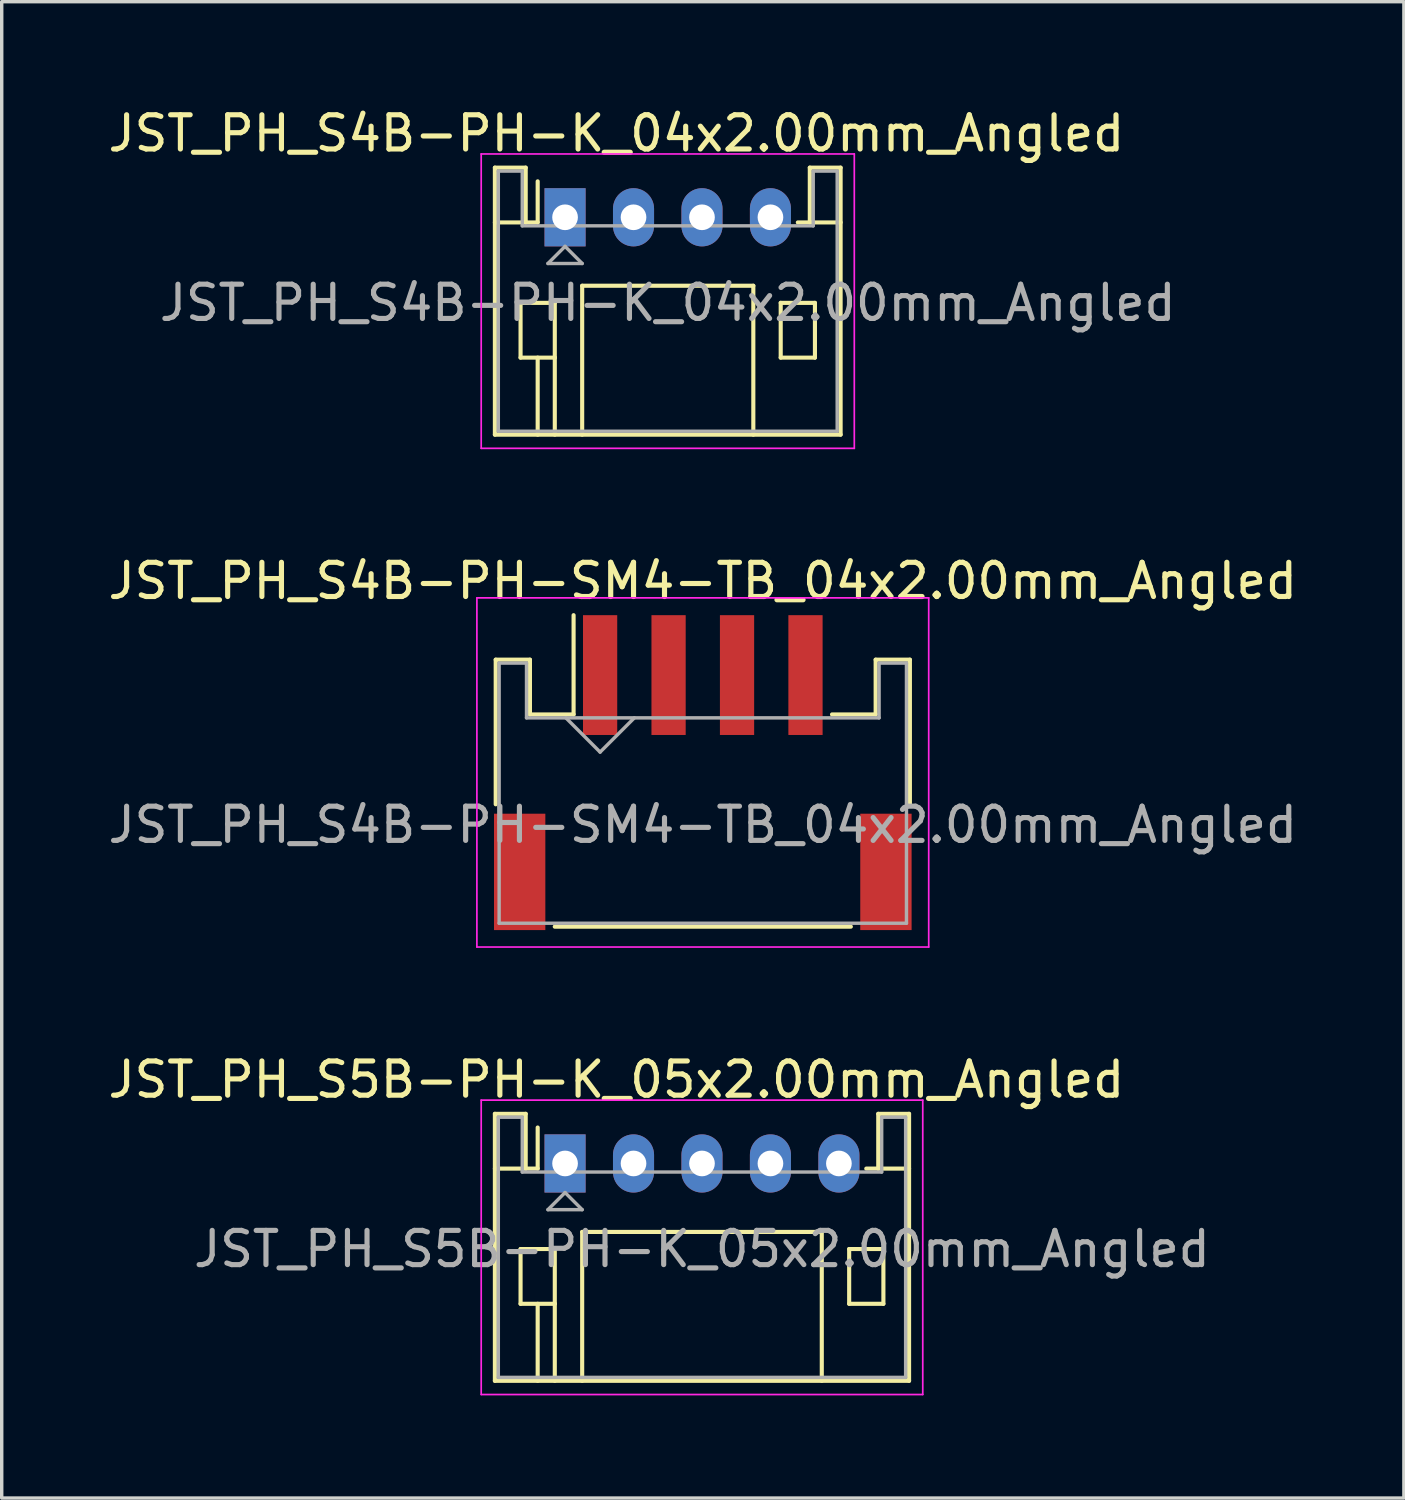
<source format=kicad_pcb>
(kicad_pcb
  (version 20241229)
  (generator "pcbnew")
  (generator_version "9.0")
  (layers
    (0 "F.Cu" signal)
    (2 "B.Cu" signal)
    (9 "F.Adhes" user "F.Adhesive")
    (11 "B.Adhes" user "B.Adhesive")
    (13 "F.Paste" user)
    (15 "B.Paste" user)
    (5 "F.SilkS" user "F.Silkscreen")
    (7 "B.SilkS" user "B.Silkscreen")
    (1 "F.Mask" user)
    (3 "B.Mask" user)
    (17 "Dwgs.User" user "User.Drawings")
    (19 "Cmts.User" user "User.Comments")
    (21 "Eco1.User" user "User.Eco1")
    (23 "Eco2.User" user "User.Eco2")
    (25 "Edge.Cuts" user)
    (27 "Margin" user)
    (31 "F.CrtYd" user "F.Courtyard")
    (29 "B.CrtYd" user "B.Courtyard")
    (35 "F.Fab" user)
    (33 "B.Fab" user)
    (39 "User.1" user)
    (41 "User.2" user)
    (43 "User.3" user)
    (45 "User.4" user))
  (footprint "JST_PH_S4B-PH-K_04x2.00mm_Angled"
    (layer "F.Cu")
    (at 13.458 3.298)
    (property "Reference" "JST_PH_S4B-PH-K_04x2.00mm_Angled" (at 1.5 -2.45 0) (layer "F.SilkS") (effects (font (size 1 1) (thickness 0.15))))
    (attr through_hole)
    (fp_line (start -2.05 -1.45) (end -2.05 6.35) (stroke (width 0.12) (type solid)) (layer "F.SilkS"))
    (fp_line (start -2.05 0.15) (end -1.15 0.15) (stroke (width 0.12) (type solid)) (layer "F.SilkS"))
    (fp_line (start -2.05 6.35) (end 8.05 6.35) (stroke (width 0.12) (type solid)) (layer "F.SilkS"))
    (fp_line (start -1.3 2.5) (end -1.3 4.1) (stroke (width 0.12) (type solid)) (layer "F.SilkS"))
    (fp_line (start -1.3 4.1) (end -0.3 4.1) (stroke (width 0.12) (type solid)) (layer "F.SilkS"))
    (fp_line (start -1.15 -1.45) (end -2.05 -1.45) (stroke (width 0.12) (type solid)) (layer "F.SilkS"))
    (fp_line (start -1.15 0.15) (end -1.15 -1.45) (stroke (width 0.12) (type solid)) (layer "F.SilkS"))
    (fp_line (start -0.8 0.15) (end -1.15 0.15) (stroke (width 0.12) (type solid)) (layer "F.SilkS"))
    (fp_line (start -0.8 0.15) (end -0.8 -1.05) (stroke (width 0.12) (type solid)) (layer "F.SilkS"))
    (fp_line (start -0.8 4.1) (end -0.8 6.35) (stroke (width 0.12) (type solid)) (layer "F.SilkS"))
    (fp_line (start -0.3 2.5) (end -1.3 2.5) (stroke (width 0.12) (type solid)) (layer "F.SilkS"))
    (fp_line (start -0.3 4.1) (end -0.3 2.5) (stroke (width 0.12) (type solid)) (layer "F.SilkS"))
    (fp_line (start -0.3 4.1) (end -0.3 6.35) (stroke (width 0.12) (type solid)) (layer "F.SilkS"))
    (fp_line (start 0.5 2) (end 5.5 2) (stroke (width 0.12) (type solid)) (layer "F.SilkS"))
    (fp_line (start 0.5 6.35) (end 0.5 2) (stroke (width 0.12) (type solid)) (layer "F.SilkS"))
    (fp_line (start 5.5 2) (end 5.5 6.35) (stroke (width 0.12) (type solid)) (layer "F.SilkS"))
    (fp_line (start 6.3 2.5) (end 7.3 2.5) (stroke (width 0.12) (type solid)) (layer "F.SilkS"))
    (fp_line (start 6.3 4.1) (end 6.3 2.5) (stroke (width 0.12) (type solid)) (layer "F.SilkS"))
    (fp_line (start 7.15 -1.45) (end 7.15 0.15) (stroke (width 0.12) (type solid)) (layer "F.SilkS"))
    (fp_line (start 7.15 0.15) (end 6.8 0.15) (stroke (width 0.12) (type solid)) (layer "F.SilkS"))
    (fp_line (start 7.3 2.5) (end 7.3 4.1) (stroke (width 0.12) (type solid)) (layer "F.SilkS"))
    (fp_line (start 7.3 4.1) (end 6.3 4.1) (stroke (width 0.12) (type solid)) (layer "F.SilkS"))
    (fp_line (start 8.05 -1.45) (end 7.15 -1.45) (stroke (width 0.12) (type solid)) (layer "F.SilkS"))
    (fp_line (start 8.05 0.15) (end 7.15 0.15) (stroke (width 0.12) (type solid)) (layer "F.SilkS"))
    (fp_line (start 8.05 6.35) (end 8.05 -1.45) (stroke (width 0.12) (type solid)) (layer "F.SilkS"))
    (fp_line (start -2.45 -1.85) (end -2.45 6.75) (stroke (width 0.05) (type solid)) (layer "F.CrtYd"))
    (fp_line (start -2.45 6.75) (end 8.45 6.75) (stroke (width 0.05) (type solid)) (layer "F.CrtYd"))
    (fp_line (start 8.45 -1.85) (end -2.45 -1.85) (stroke (width 0.05) (type solid)) (layer "F.CrtYd"))
    (fp_line (start 8.45 6.75) (end 8.45 -1.85) (stroke (width 0.05) (type solid)) (layer "F.CrtYd"))
    (fp_line (start -1.95 -1.35) (end -1.95 6.25) (stroke (width 0.1) (type solid)) (layer "F.Fab"))
    (fp_line (start -1.95 6.25) (end 7.95 6.25) (stroke (width 0.1) (type solid)) (layer "F.Fab"))
    (fp_line (start -1.25 -1.35) (end -1.95 -1.35) (stroke (width 0.1) (type solid)) (layer "F.Fab"))
    (fp_line (start -1.25 0.25) (end -1.25 -1.35) (stroke (width 0.1) (type solid)) (layer "F.Fab"))
    (fp_line (start -0.5 1.35) (end 0.5 1.35) (stroke (width 0.1) (type solid)) (layer "F.Fab"))
    (fp_line (start 0 0.85) (end -0.5 1.35) (stroke (width 0.1) (type solid)) (layer "F.Fab"))
    (fp_line (start 0.5 1.35) (end 0 0.85) (stroke (width 0.1) (type solid)) (layer "F.Fab"))
    (fp_line (start 7.25 -1.35) (end 7.25 0.25) (stroke (width 0.1) (type solid)) (layer "F.Fab"))
    (fp_line (start 7.25 0.25) (end -1.25 0.25) (stroke (width 0.1) (type solid)) (layer "F.Fab"))
    (fp_line (start 7.95 -1.35) (end 7.25 -1.35) (stroke (width 0.1) (type solid)) (layer "F.Fab"))
    (fp_line (start 7.95 6.25) (end 7.95 -1.35) (stroke (width 0.1) (type solid)) (layer "F.Fab"))
    (fp_text user "${REFERENCE}" (at 3 2.5 0) (layer "F.Fab") (effects (font (size 1 1) (thickness 0.15))))
    (pad "1" thru_hole rect (at 0 0) (size 1.2 1.7) (drill 0.75) (layers "*.Cu" "*.Mask"))
    (pad "2" thru_hole oval (at 2 0) (size 1.2 1.7) (drill 0.75) (layers "*.Cu" "*.Mask"))
    (pad "3" thru_hole oval (at 4 0) (size 1.2 1.7) (drill 0.75) (layers "*.Cu" "*.Mask"))
    (pad "4" thru_hole oval (at 6 0) (size 1.2 1.7) (drill 0.75) (layers "*.Cu" "*.Mask")))
  (footprint "JST_PH_S4B-PH-SM4-TB_04x2.00mm_Angled"
    (layer "F.Cu")
    (at 17.482 19.547)
    (property "Reference" "JST_PH_S4B-PH-SM4-TB_04x2.00mm_Angled" (at 0 -5.625 0) (layer "F.SilkS") (effects (font (size 1 1) (thickness 0.15))))
    (attr smd)
    (fp_line (start -6.05 -3.325) (end -6.05 0.9) (stroke (width 0.12) (type solid)) (layer "F.SilkS"))
    (fp_line (start -5.05 -3.325) (end -6.05 -3.325) (stroke (width 0.12) (type solid)) (layer "F.SilkS"))
    (fp_line (start -5.05 -1.725) (end -5.05 -3.325) (stroke (width 0.12) (type solid)) (layer "F.SilkS"))
    (fp_line (start -4.325 4.475) (end 4.325 4.475) (stroke (width 0.12) (type solid)) (layer "F.SilkS"))
    (fp_line (start -3.775 -1.725) (end -5.05 -1.725) (stroke (width 0.12) (type solid)) (layer "F.SilkS"))
    (fp_line (start -3.775 -1.725) (end -3.775 -4.625) (stroke (width 0.12) (type solid)) (layer "F.SilkS"))
    (fp_line (start 5.05 -3.325) (end 5.05 -1.725) (stroke (width 0.12) (type solid)) (layer "F.SilkS"))
    (fp_line (start 5.05 -1.725) (end 3.775 -1.725) (stroke (width 0.12) (type solid)) (layer "F.SilkS"))
    (fp_line (start 6.05 -3.325) (end 5.05 -3.325) (stroke (width 0.12) (type solid)) (layer "F.SilkS"))
    (fp_line (start 6.05 0.9) (end 6.05 -3.325) (stroke (width 0.12) (type solid)) (layer "F.SilkS"))
    (fp_line (start -6.6 -5.13) (end -6.6 5.07) (stroke (width 0.05) (type solid)) (layer "F.CrtYd"))
    (fp_line (start -6.6 5.07) (end 6.6 5.07) (stroke (width 0.05) (type solid)) (layer "F.CrtYd"))
    (fp_line (start 6.6 -5.13) (end -6.6 -5.13) (stroke (width 0.05) (type solid)) (layer "F.CrtYd"))
    (fp_line (start 6.6 5.07) (end 6.6 -5.13) (stroke (width 0.05) (type solid)) (layer "F.CrtYd"))
    (fp_line (start -5.95 -3.225) (end -5.95 4.375) (stroke (width 0.1) (type solid)) (layer "F.Fab"))
    (fp_line (start -5.95 4.375) (end 5.95 4.375) (stroke (width 0.1) (type solid)) (layer "F.Fab"))
    (fp_line (start -5.15 -3.225) (end -5.95 -3.225) (stroke (width 0.1) (type solid)) (layer "F.Fab"))
    (fp_line (start -5.15 -1.625) (end -5.15 -3.225) (stroke (width 0.1) (type solid)) (layer "F.Fab"))
    (fp_line (start -4 -1.625) (end -3 -0.625) (stroke (width 0.1) (type solid)) (layer "F.Fab"))
    (fp_line (start -3 -0.625) (end -2 -1.625) (stroke (width 0.1) (type solid)) (layer "F.Fab"))
    (fp_line (start 5.15 -3.225) (end 5.15 -1.625) (stroke (width 0.1) (type solid)) (layer "F.Fab"))
    (fp_line (start 5.15 -1.625) (end -5.15 -1.625) (stroke (width 0.1) (type solid)) (layer "F.Fab"))
    (fp_line (start 5.95 -3.225) (end 5.15 -3.225) (stroke (width 0.1) (type solid)) (layer "F.Fab"))
    (fp_line (start 5.95 4.375) (end 5.95 -3.225) (stroke (width 0.1) (type solid)) (layer "F.Fab"))
    (fp_text user "${REFERENCE}" (at 0 1.5 0) (layer "F.Fab") (effects (font (size 1 1) (thickness 0.15))))
    (pad "" smd rect (at -5.35 2.875) (size 1.5 3.4) (layers "F.Cu" "F.Mask" "F.Paste"))
    (pad "" smd rect (at 5.35 2.875) (size 1.5 3.4) (layers "F.Cu" "F.Mask" "F.Paste"))
    (pad "1" smd rect (at -3 -2.875) (size 1 3.5) (layers "F.Cu" "F.Mask" "F.Paste"))
    (pad "2" smd rect (at -1 -2.875) (size 1 3.5) (layers "F.Cu" "F.Mask" "F.Paste"))
    (pad "3" smd rect (at 1 -2.875) (size 1 3.5) (layers "F.Cu" "F.Mask" "F.Paste"))
    (pad "4" smd rect (at 3 -2.875) (size 1 3.5) (layers "F.Cu" "F.Mask" "F.Paste")))
  (footprint "JST_PH_S5B-PH-K_05x2.00mm_Angled"
    (layer "F.Cu")
    (at 13.458 30.94)
    (property "Reference" "JST_PH_S5B-PH-K_05x2.00mm_Angled" (at 1.5 -2.45 0) (layer "F.SilkS") (effects (font (size 1 1) (thickness 0.15))))
    (attr through_hole)
    (fp_line (start -2.05 -1.45) (end -2.05 6.35) (stroke (width 0.12) (type solid)) (layer "F.SilkS"))
    (fp_line (start -2.05 0.15) (end -1.15 0.15) (stroke (width 0.12) (type solid)) (layer "F.SilkS"))
    (fp_line (start -2.05 6.35) (end 10.05 6.35) (stroke (width 0.12) (type solid)) (layer "F.SilkS"))
    (fp_line (start -1.3 2.5) (end -1.3 4.1) (stroke (width 0.12) (type solid)) (layer "F.SilkS"))
    (fp_line (start -1.3 4.1) (end -0.3 4.1) (stroke (width 0.12) (type solid)) (layer "F.SilkS"))
    (fp_line (start -1.15 -1.45) (end -2.05 -1.45) (stroke (width 0.12) (type solid)) (layer "F.SilkS"))
    (fp_line (start -1.15 0.15) (end -1.15 -1.45) (stroke (width 0.12) (type solid)) (layer "F.SilkS"))
    (fp_line (start -0.8 0.15) (end -1.15 0.15) (stroke (width 0.12) (type solid)) (layer "F.SilkS"))
    (fp_line (start -0.8 0.15) (end -0.8 -1.05) (stroke (width 0.12) (type solid)) (layer "F.SilkS"))
    (fp_line (start -0.8 4.1) (end -0.8 6.35) (stroke (width 0.12) (type solid)) (layer "F.SilkS"))
    (fp_line (start -0.3 2.5) (end -1.3 2.5) (stroke (width 0.12) (type solid)) (layer "F.SilkS"))
    (fp_line (start -0.3 4.1) (end -0.3 2.5) (stroke (width 0.12) (type solid)) (layer "F.SilkS"))
    (fp_line (start -0.3 4.1) (end -0.3 6.35) (stroke (width 0.12) (type solid)) (layer "F.SilkS"))
    (fp_line (start 0.5 2) (end 7.5 2) (stroke (width 0.12) (type solid)) (layer "F.SilkS"))
    (fp_line (start 0.5 6.35) (end 0.5 2) (stroke (width 0.12) (type solid)) (layer "F.SilkS"))
    (fp_line (start 7.5 2) (end 7.5 6.35) (stroke (width 0.12) (type solid)) (layer "F.SilkS"))
    (fp_line (start 8.3 2.5) (end 9.3 2.5) (stroke (width 0.12) (type solid)) (layer "F.SilkS"))
    (fp_line (start 8.3 4.1) (end 8.3 2.5) (stroke (width 0.12) (type solid)) (layer "F.SilkS"))
    (fp_line (start 9.15 -1.45) (end 9.15 0.15) (stroke (width 0.12) (type solid)) (layer "F.SilkS"))
    (fp_line (start 9.15 0.15) (end 8.8 0.15) (stroke (width 0.12) (type solid)) (layer "F.SilkS"))
    (fp_line (start 9.3 2.5) (end 9.3 4.1) (stroke (width 0.12) (type solid)) (layer "F.SilkS"))
    (fp_line (start 9.3 4.1) (end 8.3 4.1) (stroke (width 0.12) (type solid)) (layer "F.SilkS"))
    (fp_line (start 10.05 -1.45) (end 9.15 -1.45) (stroke (width 0.12) (type solid)) (layer "F.SilkS"))
    (fp_line (start 10.05 0.15) (end 9.15 0.15) (stroke (width 0.12) (type solid)) (layer "F.SilkS"))
    (fp_line (start 10.05 6.35) (end 10.05 -1.45) (stroke (width 0.12) (type solid)) (layer "F.SilkS"))
    (fp_line (start -2.45 -1.85) (end -2.45 6.75) (stroke (width 0.05) (type solid)) (layer "F.CrtYd"))
    (fp_line (start -2.45 6.75) (end 10.45 6.75) (stroke (width 0.05) (type solid)) (layer "F.CrtYd"))
    (fp_line (start 10.45 -1.85) (end -2.45 -1.85) (stroke (width 0.05) (type solid)) (layer "F.CrtYd"))
    (fp_line (start 10.45 6.75) (end 10.45 -1.85) (stroke (width 0.05) (type solid)) (layer "F.CrtYd"))
    (fp_line (start -1.95 -1.35) (end -1.95 6.25) (stroke (width 0.1) (type solid)) (layer "F.Fab"))
    (fp_line (start -1.95 6.25) (end 9.95 6.25) (stroke (width 0.1) (type solid)) (layer "F.Fab"))
    (fp_line (start -1.25 -1.35) (end -1.95 -1.35) (stroke (width 0.1) (type solid)) (layer "F.Fab"))
    (fp_line (start -1.25 0.25) (end -1.25 -1.35) (stroke (width 0.1) (type solid)) (layer "F.Fab"))
    (fp_line (start -0.5 1.35) (end 0.5 1.35) (stroke (width 0.1) (type solid)) (layer "F.Fab"))
    (fp_line (start 0 0.85) (end -0.5 1.35) (stroke (width 0.1) (type solid)) (layer "F.Fab"))
    (fp_line (start 0.5 1.35) (end 0 0.85) (stroke (width 0.1) (type solid)) (layer "F.Fab"))
    (fp_line (start 9.25 -1.35) (end 9.25 0.25) (stroke (width 0.1) (type solid)) (layer "F.Fab"))
    (fp_line (start 9.25 0.25) (end -1.25 0.25) (stroke (width 0.1) (type solid)) (layer "F.Fab"))
    (fp_line (start 9.95 -1.35) (end 9.25 -1.35) (stroke (width 0.1) (type solid)) (layer "F.Fab"))
    (fp_line (start 9.95 6.25) (end 9.95 -1.35) (stroke (width 0.1) (type solid)) (layer "F.Fab"))
    (fp_text user "${REFERENCE}" (at 4 2.5 0) (layer "F.Fab") (effects (font (size 1 1) (thickness 0.15))))
    (pad "1" thru_hole rect (at 0 0) (size 1.2 1.7) (drill 0.75) (layers "*.Cu" "*.Mask"))
    (pad "2" thru_hole oval (at 2 0) (size 1.2 1.7) (drill 0.75) (layers "*.Cu" "*.Mask"))
    (pad "3" thru_hole oval (at 4 0) (size 1.2 1.7) (drill 0.75) (layers "*.Cu" "*.Mask"))
    (pad "4" thru_hole oval (at 6 0) (size 1.2 1.7) (drill 0.75) (layers "*.Cu" "*.Mask"))
    (pad "5" thru_hole oval (at 8 0) (size 1.2 1.7) (drill 0.75) (layers "*.Cu" "*.Mask")))
  (gr_rect
    (start -3 -3)
    (end 37.964 40.715)
    (stroke (width 0.1) (type default))
    (fill no)
    (layer "Edge.Cuts")))
</source>
